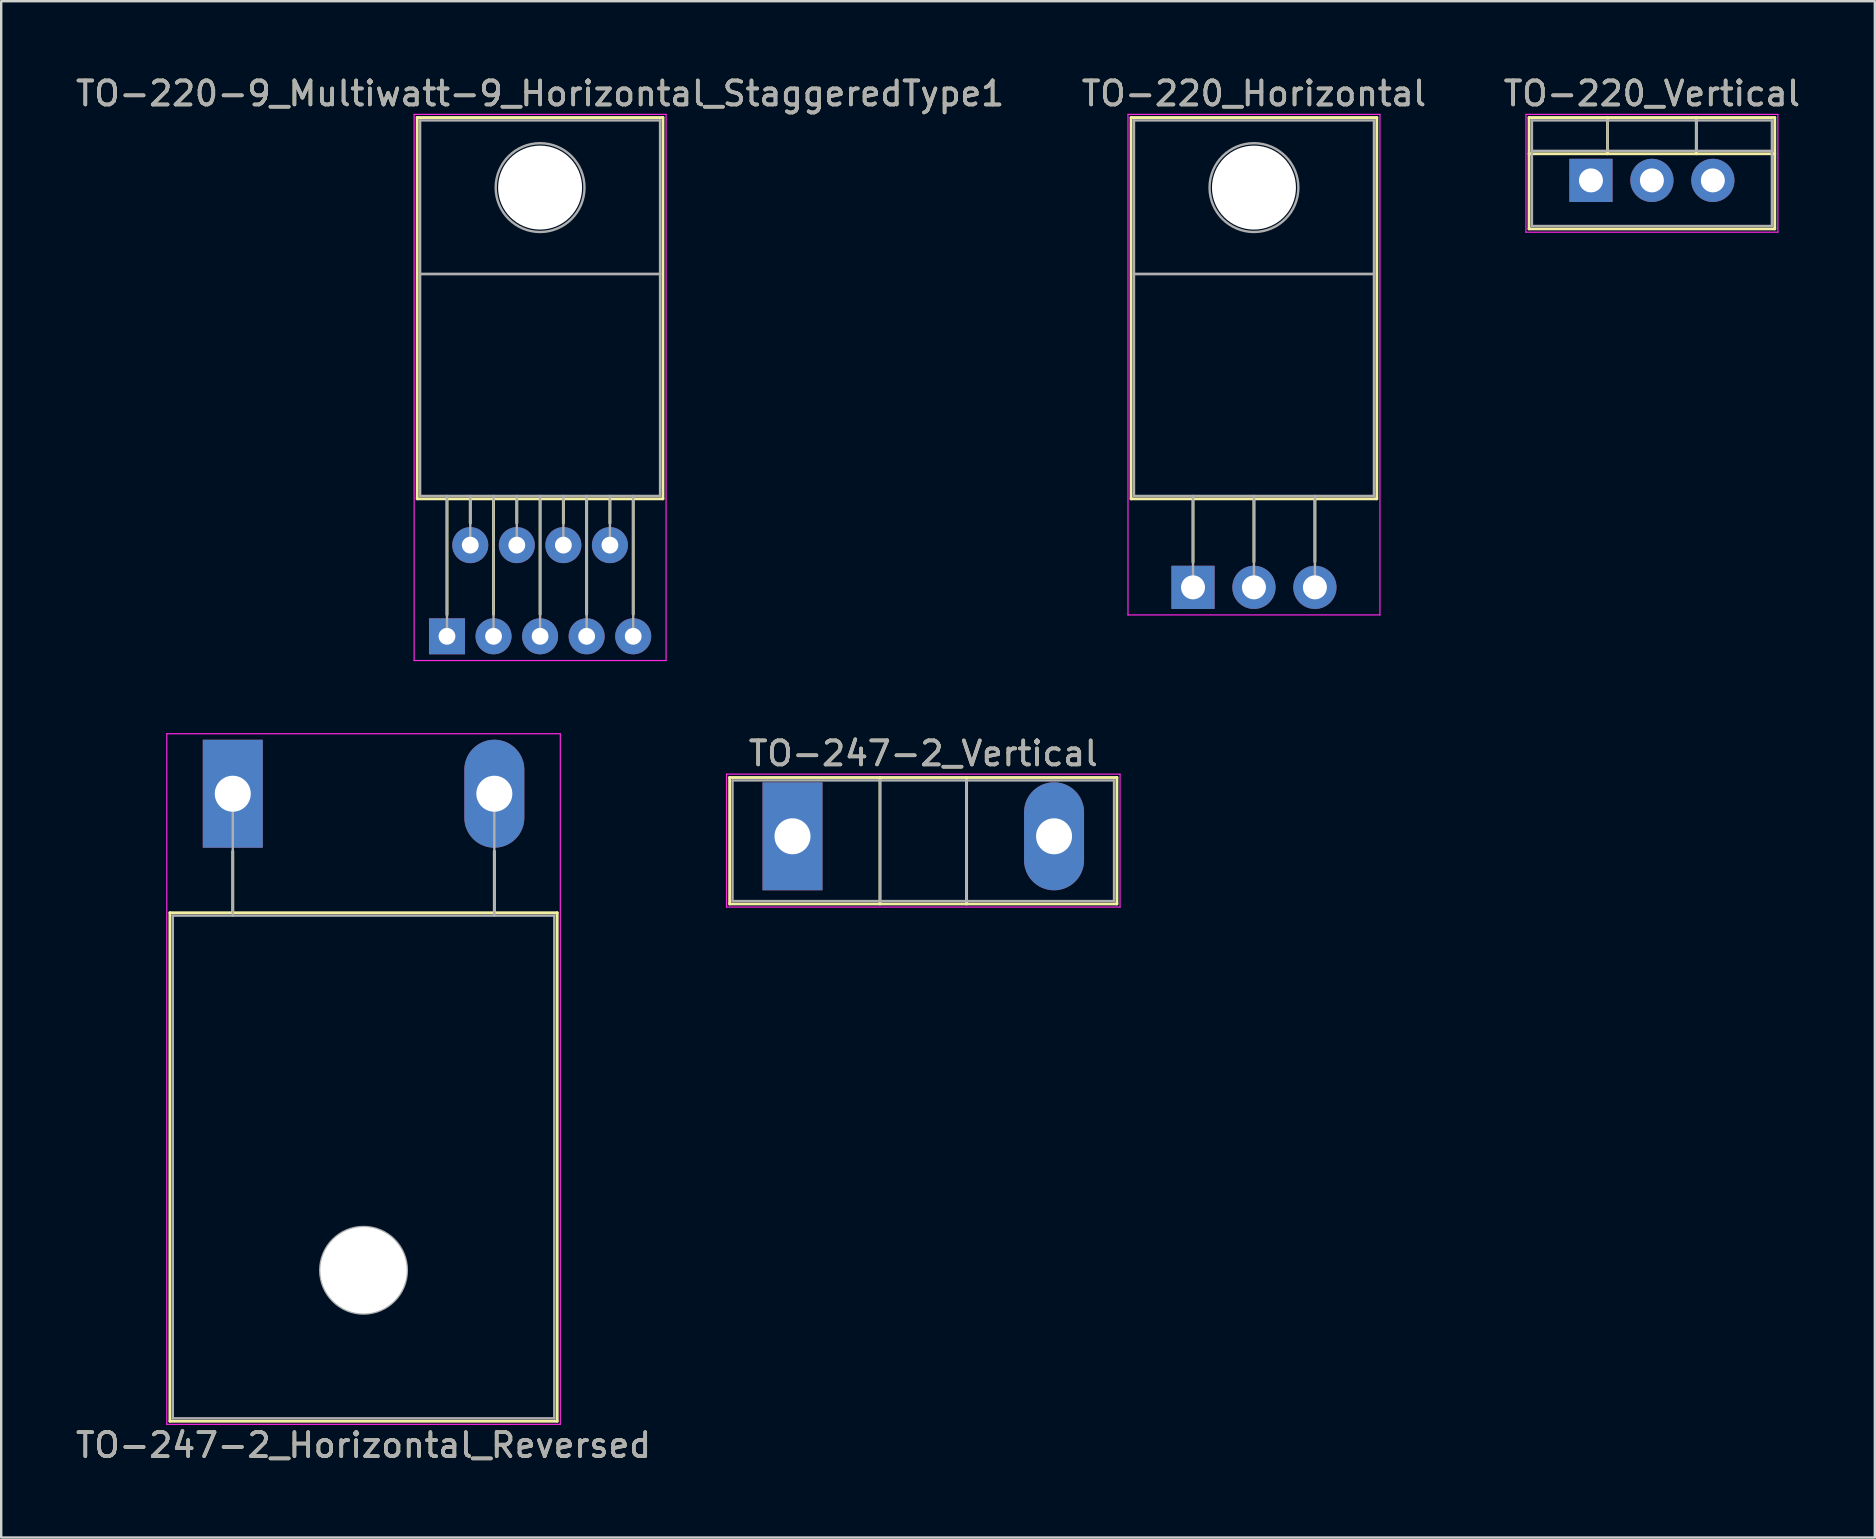
<source format=kicad_pcb>
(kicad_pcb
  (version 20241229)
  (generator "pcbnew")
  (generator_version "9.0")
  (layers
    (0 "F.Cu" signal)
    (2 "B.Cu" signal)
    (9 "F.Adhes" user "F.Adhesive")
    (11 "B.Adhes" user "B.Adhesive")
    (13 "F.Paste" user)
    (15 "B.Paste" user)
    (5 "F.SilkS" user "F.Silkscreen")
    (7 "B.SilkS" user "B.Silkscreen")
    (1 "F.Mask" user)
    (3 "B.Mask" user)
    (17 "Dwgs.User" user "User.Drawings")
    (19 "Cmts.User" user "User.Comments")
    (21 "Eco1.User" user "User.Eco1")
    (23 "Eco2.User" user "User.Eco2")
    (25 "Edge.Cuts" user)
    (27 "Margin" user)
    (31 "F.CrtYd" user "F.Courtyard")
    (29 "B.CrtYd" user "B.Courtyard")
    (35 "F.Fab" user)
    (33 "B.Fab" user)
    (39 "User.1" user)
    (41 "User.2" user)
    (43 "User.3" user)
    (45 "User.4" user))
  (footprint "TO-247-2_Vertical"
    (layer "F.Cu")
    (at 29.977 31.802)
    (property "Reference" "TO-247-2_Vertical" (at 5.45 -3.45 0) (layer "F.SilkS") (effects (font (size 1 1) (thickness 0.15))))
    (attr through_hole)
    (fp_line (start -2.62 -2.451) (end -2.62 2.82) (stroke (width 0.12) (type solid)) (layer "F.SilkS"))
    (fp_line (start -2.62 -2.451) (end 13.52 -2.451) (stroke (width 0.12) (type solid)) (layer "F.SilkS"))
    (fp_line (start -2.62 2.82) (end 13.52 2.82) (stroke (width 0.12) (type solid)) (layer "F.SilkS"))
    (fp_line (start 3.646 -2.451) (end 3.646 2.82) (stroke (width 0.12) (type solid)) (layer "F.SilkS"))
    (fp_line (start 7.255 -2.451) (end 7.255 2.82) (stroke (width 0.12) (type solid)) (layer "F.SilkS"))
    (fp_line (start 13.52 -2.451) (end 13.52 2.82) (stroke (width 0.12) (type solid)) (layer "F.SilkS"))
    (fp_line (start -2.75 -2.59) (end -2.75 2.95) (stroke (width 0.05) (type solid)) (layer "F.CrtYd"))
    (fp_line (start -2.75 2.95) (end 13.65 2.95) (stroke (width 0.05) (type solid)) (layer "F.CrtYd"))
    (fp_line (start 13.65 -2.59) (end -2.75 -2.59) (stroke (width 0.05) (type solid)) (layer "F.CrtYd"))
    (fp_line (start 13.65 2.95) (end 13.65 -2.59) (stroke (width 0.05) (type solid)) (layer "F.CrtYd"))
    (fp_line (start -2.5 -2.33) (end -2.5 2.7) (stroke (width 0.1) (type solid)) (layer "F.Fab"))
    (fp_line (start -2.5 2.7) (end 13.4 2.7) (stroke (width 0.1) (type solid)) (layer "F.Fab"))
    (fp_line (start 3.645 -2.33) (end 3.645 2.7) (stroke (width 0.1) (type solid)) (layer "F.Fab"))
    (fp_line (start 7.255 -2.33) (end 7.255 2.7) (stroke (width 0.1) (type solid)) (layer "F.Fab"))
    (fp_line (start 13.4 -2.33) (end -2.5 -2.33) (stroke (width 0.1) (type solid)) (layer "F.Fab"))
    (fp_line (start 13.4 2.7) (end 13.4 -2.33) (stroke (width 0.1) (type solid)) (layer "F.Fab"))
    (fp_text user "${REFERENCE}" (at 5.45 -3.45 0) (layer "F.Fab") (effects (font (size 1 1) (thickness 0.15))))
    (pad "1" thru_hole rect (at 0 0) (size 2.5 4.5) (drill 1.5) (layers "*.Cu" "*.Mask"))
    (pad "2" thru_hole oval (at 10.9 0) (size 2.5 4.5) (drill 1.5) (layers "*.Cu" "*.Mask")))
  (footprint "TO-247-2_Horizontal_Reversed"
    (layer "F.Cu")
    (at 6.651 30.028)
    (property "Reference" "TO-247-2_Horizontal_Reversed" (at 5.45 27.15 0) (layer "F.SilkS") (effects (font (size 1 1) (thickness 0.15))))
    (attr through_hole)
    (fp_line (start -2.62 4.96) (end -2.62 26.15) (stroke (width 0.12) (type solid)) (layer "F.SilkS"))
    (fp_line (start -2.62 4.96) (end 13.52 4.96) (stroke (width 0.12) (type solid)) (layer "F.SilkS"))
    (fp_line (start -2.62 26.15) (end 13.52 26.15) (stroke (width 0.12) (type solid)) (layer "F.SilkS"))
    (fp_line (start 0 2.4) (end 0 4.96) (stroke (width 0.12) (type solid)) (layer "F.SilkS"))
    (fp_line (start 10.9 2.4) (end 10.9 4.96) (stroke (width 0.12) (type solid)) (layer "F.SilkS"))
    (fp_line (start 13.52 4.96) (end 13.52 26.15) (stroke (width 0.12) (type solid)) (layer "F.SilkS"))
    (fp_line (start -2.75 -2.5) (end -2.75 26.28) (stroke (width 0.05) (type solid)) (layer "F.CrtYd"))
    (fp_line (start -2.75 26.28) (end 13.65 26.28) (stroke (width 0.05) (type solid)) (layer "F.CrtYd"))
    (fp_line (start 13.65 -2.5) (end -2.75 -2.5) (stroke (width 0.05) (type solid)) (layer "F.CrtYd"))
    (fp_line (start 13.65 26.28) (end 13.65 -2.5) (stroke (width 0.05) (type solid)) (layer "F.CrtYd"))
    (fp_line (start -2.5 5.08) (end -2.5 26.03) (stroke (width 0.1) (type solid)) (layer "F.Fab"))
    (fp_line (start -2.5 26.03) (end 13.4 26.03) (stroke (width 0.1) (type solid)) (layer "F.Fab"))
    (fp_line (start 0 5.08) (end 0 0) (stroke (width 0.1) (type solid)) (layer "F.Fab"))
    (fp_line (start 10.9 5.08) (end 10.9 0) (stroke (width 0.1) (type solid)) (layer "F.Fab"))
    (fp_line (start 13.4 5.08) (end -2.5 5.08) (stroke (width 0.1) (type solid)) (layer "F.Fab"))
    (fp_line (start 13.4 26.03) (end 13.4 5.08) (stroke (width 0.1) (type solid)) (layer "F.Fab"))
    (fp_circle (center 5.45 19.86) (end 7.255 19.86) (stroke (width 0.1) (type solid)) (fill no) (layer "F.Fab"))
    (fp_text user "${REFERENCE}" (at 5.45 27.15 0) (layer "F.Fab") (effects (font (size 1 1) (thickness 0.15))))
    (pad "" np_thru_hole oval (at 5.45 19.86) (size 3.6 3.6) (drill 3.6) (layers "*.Cu" "*.Mask"))
    (pad "1" thru_hole rect (at 0 0) (size 2.5 4.5) (drill 1.5) (layers "*.Cu" "*.Mask"))
    (pad "2" thru_hole oval (at 10.9 0) (size 2.5 4.5) (drill 1.5) (layers "*.Cu" "*.Mask")))
  (footprint "TO-220_Vertical"
    (layer "F.Cu")
    (at 63.252 4.468)
    (property "Reference" "TO-220_Vertical" (at 2.54 -3.62 0) (layer "F.SilkS") (effects (font (size 1 1) (thickness 0.15))))
    (attr through_hole)
    (fp_line (start -2.58 -2.62) (end -2.58 2.021) (stroke (width 0.12) (type solid)) (layer "F.SilkS"))
    (fp_line (start -2.58 -2.62) (end 7.66 -2.62) (stroke (width 0.12) (type solid)) (layer "F.SilkS"))
    (fp_line (start -2.58 -1.11) (end 7.66 -1.11) (stroke (width 0.12) (type solid)) (layer "F.SilkS"))
    (fp_line (start -2.58 2.021) (end 7.66 2.021) (stroke (width 0.12) (type solid)) (layer "F.SilkS"))
    (fp_line (start 0.69 -2.62) (end 0.69 -1.11) (stroke (width 0.12) (type solid)) (layer "F.SilkS"))
    (fp_line (start 4.391 -2.62) (end 4.391 -1.11) (stroke (width 0.12) (type solid)) (layer "F.SilkS"))
    (fp_line (start 7.66 -2.62) (end 7.66 2.021) (stroke (width 0.12) (type solid)) (layer "F.SilkS"))
    (fp_line (start -2.71 -2.75) (end -2.71 2.16) (stroke (width 0.05) (type solid)) (layer "F.CrtYd"))
    (fp_line (start -2.71 2.16) (end 7.79 2.16) (stroke (width 0.05) (type solid)) (layer "F.CrtYd"))
    (fp_line (start 7.79 -2.75) (end -2.71 -2.75) (stroke (width 0.05) (type solid)) (layer "F.CrtYd"))
    (fp_line (start 7.79 2.16) (end 7.79 -2.75) (stroke (width 0.05) (type solid)) (layer "F.CrtYd"))
    (fp_line (start -2.46 -2.5) (end -2.46 1.9) (stroke (width 0.1) (type solid)) (layer "F.Fab"))
    (fp_line (start -2.46 -1.23) (end 7.54 -1.23) (stroke (width 0.1) (type solid)) (layer "F.Fab"))
    (fp_line (start -2.46 1.9) (end 7.54 1.9) (stroke (width 0.1) (type solid)) (layer "F.Fab"))
    (fp_line (start 0.69 -2.5) (end 0.69 -1.23) (stroke (width 0.1) (type solid)) (layer "F.Fab"))
    (fp_line (start 4.39 -2.5) (end 4.39 -1.23) (stroke (width 0.1) (type solid)) (layer "F.Fab"))
    (fp_line (start 7.54 -2.5) (end -2.46 -2.5) (stroke (width 0.1) (type solid)) (layer "F.Fab"))
    (fp_line (start 7.54 1.9) (end 7.54 -2.5) (stroke (width 0.1) (type solid)) (layer "F.Fab"))
    (fp_text user "${REFERENCE}" (at 2.54 -3.62 0) (layer "F.Fab") (effects (font (size 1 1) (thickness 0.15))))
    (pad "1" thru_hole rect (at 0 0) (size 1.8 1.8) (drill 1) (layers "*.Cu" "*.Mask"))
    (pad "2" thru_hole oval (at 2.54 0) (size 1.8 1.8) (drill 1) (layers "*.Cu" "*.Mask"))
    (pad "3" thru_hole oval (at 5.08 0) (size 1.8 1.8) (drill 1) (layers "*.Cu" "*.Mask")))
  (footprint "TO-220_Horizontal"
    (layer "F.Cu")
    (at 46.668 21.428)
    (property "Reference" "TO-220_Horizontal" (at 2.54 -20.58 0) (layer "F.SilkS") (effects (font (size 1 1) (thickness 0.15))))
    (attr through_hole)
    (fp_line (start -2.58 -19.58) (end -2.58 -3.69) (stroke (width 0.12) (type solid)) (layer "F.SilkS"))
    (fp_line (start -2.58 -19.58) (end 7.66 -19.58) (stroke (width 0.12) (type solid)) (layer "F.SilkS"))
    (fp_line (start -2.58 -3.69) (end 7.66 -3.69) (stroke (width 0.12) (type solid)) (layer "F.SilkS"))
    (fp_line (start 0 -3.69) (end 0 -1.05) (stroke (width 0.12) (type solid)) (layer "F.SilkS"))
    (fp_line (start 2.54 -3.69) (end 2.54 -1.066) (stroke (width 0.12) (type solid)) (layer "F.SilkS"))
    (fp_line (start 5.08 -3.69) (end 5.08 -1.066) (stroke (width 0.12) (type solid)) (layer "F.SilkS"))
    (fp_line (start 7.66 -19.58) (end 7.66 -3.69) (stroke (width 0.12) (type solid)) (layer "F.SilkS"))
    (fp_line (start -2.71 -19.71) (end -2.71 1.15) (stroke (width 0.05) (type solid)) (layer "F.CrtYd"))
    (fp_line (start -2.71 1.15) (end 7.79 1.15) (stroke (width 0.05) (type solid)) (layer "F.CrtYd"))
    (fp_line (start 7.79 -19.71) (end -2.71 -19.71) (stroke (width 0.05) (type solid)) (layer "F.CrtYd"))
    (fp_line (start 7.79 1.15) (end 7.79 -19.71) (stroke (width 0.05) (type solid)) (layer "F.CrtYd"))
    (fp_line (start -2.46 -19.46) (end 7.54 -19.46) (stroke (width 0.1) (type solid)) (layer "F.Fab"))
    (fp_line (start -2.46 -13.06) (end -2.46 -19.46) (stroke (width 0.1) (type solid)) (layer "F.Fab"))
    (fp_line (start -2.46 -13.06) (end 7.54 -13.06) (stroke (width 0.1) (type solid)) (layer "F.Fab"))
    (fp_line (start -2.46 -3.81) (end -2.46 -13.06) (stroke (width 0.1) (type solid)) (layer "F.Fab"))
    (fp_line (start 0 -3.81) (end 0 0) (stroke (width 0.1) (type solid)) (layer "F.Fab"))
    (fp_line (start 2.54 -3.81) (end 2.54 0) (stroke (width 0.1) (type solid)) (layer "F.Fab"))
    (fp_line (start 5.08 -3.81) (end 5.08 0) (stroke (width 0.1) (type solid)) (layer "F.Fab"))
    (fp_line (start 7.54 -19.46) (end 7.54 -13.06) (stroke (width 0.1) (type solid)) (layer "F.Fab"))
    (fp_line (start 7.54 -13.06) (end -2.46 -13.06) (stroke (width 0.1) (type solid)) (layer "F.Fab"))
    (fp_line (start 7.54 -13.06) (end 7.54 -3.81) (stroke (width 0.1) (type solid)) (layer "F.Fab"))
    (fp_line (start 7.54 -3.81) (end -2.46 -3.81) (stroke (width 0.1) (type solid)) (layer "F.Fab"))
    (fp_circle (center 2.54 -16.66) (end 4.39 -16.66) (stroke (width 0.1) (type solid)) (fill no) (layer "F.Fab"))
    (fp_text user "${REFERENCE}" (at 2.54 -20.58 0) (layer "F.Fab") (effects (font (size 1 1) (thickness 0.15))))
    (pad "" np_thru_hole oval (at 2.54 -16.66) (size 3.5 3.5) (drill 3.5) (layers "*.Cu" "*.Mask"))
    (pad "1" thru_hole rect (at 0 0) (size 1.8 1.8) (drill 1) (layers "*.Cu" "*.Mask"))
    (pad "2" thru_hole oval (at 2.54 0) (size 1.8 1.8) (drill 1) (layers "*.Cu" "*.Mask"))
    (pad "3" thru_hole oval (at 5.08 0) (size 1.8 1.8) (drill 1) (layers "*.Cu" "*.Mask")))
  (footprint "TO-220-9_Multiwatt-9_Horizontal_StaggeredType1"
    (layer "F.Cu")
    (at 15.578 23.468)
    (property "Reference" "TO-220-9_Multiwatt-9_Horizontal_StaggeredType1" (at 3.88 -22.62 0) (layer "F.SilkS") (effects (font (size 1 1) (thickness 0.15))))
    (attr through_hole)
    (fp_line (start -1.241 -21.62) (end -1.241 -5.73) (stroke (width 0.12) (type solid)) (layer "F.SilkS"))
    (fp_line (start -1.241 -21.62) (end 9 -21.62) (stroke (width 0.12) (type solid)) (layer "F.SilkS"))
    (fp_line (start -1.241 -5.73) (end 9 -5.73) (stroke (width 0.12) (type solid)) (layer "F.SilkS"))
    (fp_line (start 0 -5.73) (end 0 -0.9) (stroke (width 0.12) (type solid)) (layer "F.SilkS"))
    (fp_line (start 0.97 -5.73) (end 0.97 -4.716) (stroke (width 0.12) (type solid)) (layer "F.SilkS"))
    (fp_line (start 1.94 -5.73) (end 1.94 -0.915) (stroke (width 0.12) (type solid)) (layer "F.SilkS"))
    (fp_line (start 2.91 -5.73) (end 2.91 -4.716) (stroke (width 0.12) (type solid)) (layer "F.SilkS"))
    (fp_line (start 3.88 -5.73) (end 3.88 -0.915) (stroke (width 0.12) (type solid)) (layer "F.SilkS"))
    (fp_line (start 4.85 -5.73) (end 4.85 -4.716) (stroke (width 0.12) (type solid)) (layer "F.SilkS"))
    (fp_line (start 5.82 -5.73) (end 5.82 -0.915) (stroke (width 0.12) (type solid)) (layer "F.SilkS"))
    (fp_line (start 6.79 -5.73) (end 6.79 -4.716) (stroke (width 0.12) (type solid)) (layer "F.SilkS"))
    (fp_line (start 7.76 -5.73) (end 7.76 -0.915) (stroke (width 0.12) (type solid)) (layer "F.SilkS"))
    (fp_line (start 9 -21.62) (end 9 -5.73) (stroke (width 0.12) (type solid)) (layer "F.SilkS"))
    (fp_line (start -1.37 -21.75) (end -1.37 1.01) (stroke (width 0.05) (type solid)) (layer "F.CrtYd"))
    (fp_line (start -1.37 1.01) (end 9.13 1.01) (stroke (width 0.05) (type solid)) (layer "F.CrtYd"))
    (fp_line (start 9.13 -21.75) (end -1.37 -21.75) (stroke (width 0.05) (type solid)) (layer "F.CrtYd"))
    (fp_line (start 9.13 1.01) (end 9.13 -21.75) (stroke (width 0.05) (type solid)) (layer "F.CrtYd"))
    (fp_line (start -1.12 -21.5) (end 8.88 -21.5) (stroke (width 0.1) (type solid)) (layer "F.Fab"))
    (fp_line (start -1.12 -15.1) (end -1.12 -21.5) (stroke (width 0.1) (type solid)) (layer "F.Fab"))
    (fp_line (start -1.12 -15.1) (end 8.88 -15.1) (stroke (width 0.1) (type solid)) (layer "F.Fab"))
    (fp_line (start -1.12 -5.85) (end -1.12 -15.1) (stroke (width 0.1) (type solid)) (layer "F.Fab"))
    (fp_line (start 0 -5.85) (end 0 0) (stroke (width 0.1) (type solid)) (layer "F.Fab"))
    (fp_line (start 0.97 -5.85) (end 0.97 -3.8) (stroke (width 0.1) (type solid)) (layer "F.Fab"))
    (fp_line (start 1.94 -5.85) (end 1.94 0) (stroke (width 0.1) (type solid)) (layer "F.Fab"))
    (fp_line (start 2.91 -5.85) (end 2.91 -3.8) (stroke (width 0.1) (type solid)) (layer "F.Fab"))
    (fp_line (start 3.88 -5.85) (end 3.88 0) (stroke (width 0.1) (type solid)) (layer "F.Fab"))
    (fp_line (start 4.85 -5.85) (end 4.85 -3.8) (stroke (width 0.1) (type solid)) (layer "F.Fab"))
    (fp_line (start 5.82 -5.85) (end 5.82 0) (stroke (width 0.1) (type solid)) (layer "F.Fab"))
    (fp_line (start 6.79 -5.85) (end 6.79 -3.8) (stroke (width 0.1) (type solid)) (layer "F.Fab"))
    (fp_line (start 7.76 -5.85) (end 7.76 0) (stroke (width 0.1) (type solid)) (layer "F.Fab"))
    (fp_line (start 8.88 -21.5) (end 8.88 -15.1) (stroke (width 0.1) (type solid)) (layer "F.Fab"))
    (fp_line (start 8.88 -15.1) (end -1.12 -15.1) (stroke (width 0.1) (type solid)) (layer "F.Fab"))
    (fp_line (start 8.88 -15.1) (end 8.88 -5.85) (stroke (width 0.1) (type solid)) (layer "F.Fab"))
    (fp_line (start 8.88 -5.85) (end -1.12 -5.85) (stroke (width 0.1) (type solid)) (layer "F.Fab"))
    (fp_circle (center 3.88 -18.7) (end 5.73 -18.7) (stroke (width 0.1) (type solid)) (fill no) (layer "F.Fab"))
    (fp_text user "${REFERENCE}" (at 3.88 -22.62 0) (layer "F.Fab") (effects (font (size 1 1) (thickness 0.15))))
    (pad "" np_thru_hole oval (at 3.88 -18.7) (size 3.5 3.5) (drill 3.5) (layers "*.Cu" "*.Mask"))
    (pad "1" thru_hole rect (at 0 0) (size 1.5 1.5) (drill 0.7) (layers "*.Cu" "*.Mask"))
    (pad "2" thru_hole oval (at 0.97 -3.8) (size 1.5 1.5) (drill 0.7) (layers "*.Cu" "*.Mask"))
    (pad "3" thru_hole oval (at 1.94 0) (size 1.5 1.5) (drill 0.7) (layers "*.Cu" "*.Mask"))
    (pad "4" thru_hole oval (at 2.91 -3.8) (size 1.5 1.5) (drill 0.7) (layers "*.Cu" "*.Mask"))
    (pad "5" thru_hole oval (at 3.88 0) (size 1.5 1.5) (drill 0.7) (layers "*.Cu" "*.Mask"))
    (pad "6" thru_hole oval (at 4.85 -3.8) (size 1.5 1.5) (drill 0.7) (layers "*.Cu" "*.Mask"))
    (pad "7" thru_hole oval (at 5.82 0) (size 1.5 1.5) (drill 0.7) (layers "*.Cu" "*.Mask"))
    (pad "8" thru_hole oval (at 6.79 -3.8) (size 1.5 1.5) (drill 0.7) (layers "*.Cu" "*.Mask"))
    (pad "9" thru_hole oval (at 7.76 0) (size 1.5 1.5) (drill 0.7) (layers "*.Cu" "*.Mask")))
  (gr_rect
    (start -3 -3)
    (end 75.083 61.026)
    (stroke (width 0.1) (type default))
    (fill no)
    (layer "Edge.Cuts")))
</source>
